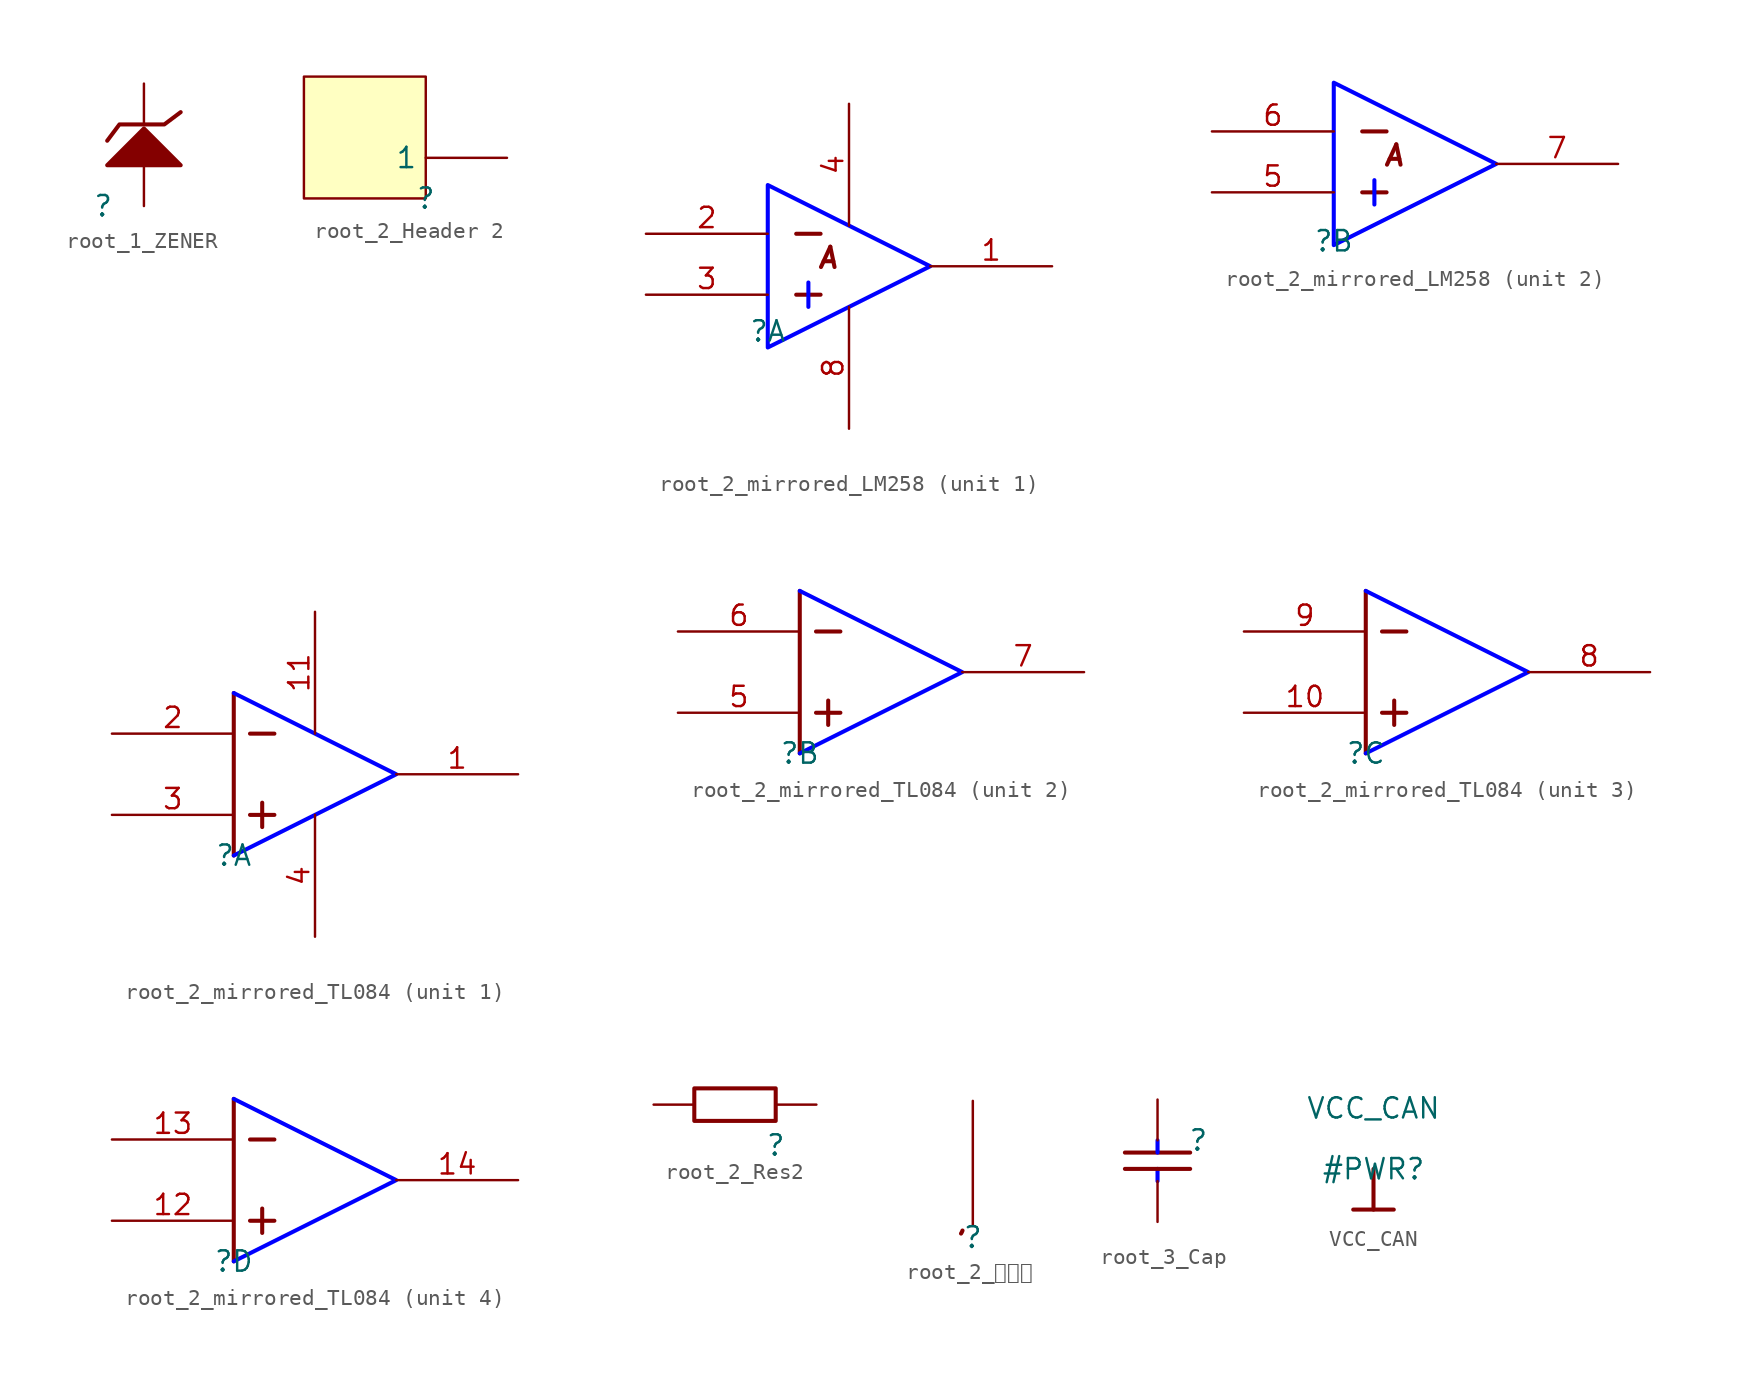
<source format=kicad_sym>
(kicad_symbol_lib
  (version 20220914)
  (generator kicad_symbol_editor)
  (symbol "root_1_ZENER"
    (property "Reference" ""
      (at 0 0 0)
      (effects (font (size 1.27 1.27))))
    (property "Value" ""
      (at 0 0 0)
      (effects (font (size 1.27 1.27))))
    (symbol "root_1_ZENER_1_0"
      (polyline (pts (xy 0.254 2.54) (xy 2.54 4.826) (xy 4.826 2.54) (xy 0.254 2.54)) (stroke (width 0.254) (type solid)) (fill (type outline)))
      (polyline (pts (xy 0.254 4.064) (xy 1.016 5.08) (xy 3.81 5.08) (xy 4.826 5.842) (xy 3.81 5.08) (xy 1.016 5.08) (xy 0.254 4.064)) (stroke (width 0.254) (type solid)) (fill (type outline)))
      (pin passive line (at 2.54 0 90) (length 2.54) (name "A" (effects (font (size 0 0)))) (number "1" (effects (font (size 0 0)))))
      (pin passive line (at 2.54 7.62 270) (length 2.54) (name "K" (effects (font (size 0 0)))) (number "2" (effects (font (size 0 0)))))))
  (symbol "root_2_Header 2"
    (property "Reference" ""
      (at 0 0 0)
      (effects (font (size 1.27 1.27))))
    (property "Value" ""
      (at 0 0 0)
      (effects (font (size 1.27 1.27))))
    (symbol "root_2_Header 2_1_0"
      (rectangle (start 0 7.62) (end -7.62 0) (stroke (width 0) (type solid)) (fill (type background)))
      (pin passive line (at 5.08 2.54 180) (length 5.08) (name "1" (effects (font (size 1.27 1.27)))) (number "1" (effects (font (size 0 0)))))))
  (symbol "root_2_mirrored_LM258"
    (property "Reference" ""
      (at 0 0 0)
      (effects (font (size 1.27 1.27))))
    (property "Value" ""
      (at 0 0 0)
      (effects (font (size 1.27 1.27))))
    (symbol "root_2_mirrored_LM258_1_0"
      (polyline (pts (xy 1.778 2.286) (xy 3.302 2.286)) (stroke (width 0.254) (type solid)) (fill (type none)))
      (polyline (pts (xy 1.778 6.096) (xy 3.302 6.096)) (stroke (width 0.254) (type solid)) (fill (type none)))
      (polyline (pts (xy 2.54 1.524) (xy 2.54 3.048)) (stroke (width 0.254) (type solid) (color 0 0 255 1)) (fill (type none)))
      (polyline (pts (xy 0 -1.016) (xy 0 9.144) (xy 10.16 4.064) (xy 0 -1.016)) (stroke (width 0.254) (type solid) (color 0 0 255 1)) (fill (type none)))
      (text "A" (at 3.048 5.334 0) (effects (font (size 1.27 1.27) bold italic) (justify left top)))
      (pin output line (at 17.78 4.064 180) (length 7.62) (name "" (effects (font (size 1.27 1.27)))) (number "1" (effects (font (size 1.27 1.27)))))
      (pin input line (at -7.62 6.096 0) (length 7.62) (name "" (effects (font (size 1.27 1.27)))) (number "2" (effects (font (size 1.27 1.27)))))
      (pin input line (at -7.62 2.286 0) (length 7.62) (name "" (effects (font (size 1.27 1.27)))) (number "3" (effects (font (size 1.27 1.27)))))
      (pin power_in line (at 5.08 14.224 270) (length 7.62) (name "" (effects (font (size 1.27 1.27)))) (number "4" (effects (font (size 1.27 1.27)))))
      (pin power_in line (at 5.08 -6.096 90) (length 7.62) (name "" (effects (font (size 1.27 1.27)))) (number "8" (effects (font (size 1.27 1.27))))))
    (symbol "root_2_mirrored_LM258_2_0"
      (polyline (pts (xy 1.778 3.048) (xy 3.302 3.048)) (stroke (width 0.254) (type solid)) (fill (type none)))
      (polyline (pts (xy 1.778 6.858) (xy 3.302 6.858)) (stroke (width 0.254) (type solid)) (fill (type none)))
      (polyline (pts (xy 2.54 2.286) (xy 2.54 3.81)) (stroke (width 0.254) (type solid) (color 0 0 255 1)) (fill (type none)))
      (polyline (pts (xy 0 -0.254) (xy 0 9.906) (xy 10.16 4.826) (xy 0 -0.254)) (stroke (width 0.254) (type solid) (color 0 0 255 1)) (fill (type none)))
      (text "A" (at 3.048 6.096 0) (effects (font (size 1.27 1.27) bold italic) (justify left top)))
      (pin input line (at -7.62 3.048 0) (length 7.62) (name "" (effects (font (size 1.27 1.27)))) (number "5" (effects (font (size 1.27 1.27)))))
      (pin input line (at -7.62 6.858 0) (length 7.62) (name "" (effects (font (size 1.27 1.27)))) (number "6" (effects (font (size 1.27 1.27)))))
      (pin output line (at 17.78 4.826 180) (length 7.62) (name "" (effects (font (size 1.27 1.27)))) (number "7" (effects (font (size 1.27 1.27)))))))
  (symbol "root_2_mirrored_TL084"
    (property "Reference" ""
      (at 0 0 0)
      (effects (font (size 1.27 1.27))))
    (property "Value" ""
      (at 0 0 0)
      (effects (font (size 1.27 1.27))))
    (symbol "root_2_mirrored_TL084_1_0"
      (polyline (pts (xy 0 0) (xy 0 10.16)) (stroke (width 0.254) (type solid)) (fill (type none)))
      (polyline (pts (xy 1.016 2.54) (xy 2.54 2.54)) (stroke (width 0.254) (type solid)) (fill (type none)))
      (polyline (pts (xy 1.016 7.62) (xy 2.54 7.62)) (stroke (width 0.254) (type solid)) (fill (type none)))
      (polyline (pts (xy 1.778 1.778) (xy 1.778 3.302)) (stroke (width 0.254) (type solid)) (fill (type none)))
      (polyline (pts (xy 0 0) (xy 10.16 5.08) (xy 0 10.16)) (stroke (width 0.254) (type solid) (color 0 0 255 1)) (fill (type none)))
      (pin passive line (at 17.78 5.08 180) (length 7.62) (name "" (effects (font (size 0 0)))) (number "1" (effects (font (size 1.27 1.27)))))
      (pin passive line (at 5.08 15.24 270) (length 7.62) (name "" (effects (font (size 1.27 1.27)))) (number "11" (effects (font (size 1.27 1.27)))))
      (pin passive line (at -7.62 7.62 0) (length 7.62) (name "" (effects (font (size 0 0)))) (number "2" (effects (font (size 1.27 1.27)))))
      (pin passive line (at -7.62 2.54 0) (length 7.62) (name "" (effects (font (size 0 0)))) (number "3" (effects (font (size 1.27 1.27)))))
      (pin passive line (at 5.08 -5.08 90) (length 7.62) (name "" (effects (font (size 1.27 1.27)))) (number "4" (effects (font (size 1.27 1.27))))))
    (symbol "root_2_mirrored_TL084_2_0"
      (polyline (pts (xy 0 0) (xy 0 10.16)) (stroke (width 0.254) (type solid)) (fill (type none)))
      (polyline (pts (xy 1.016 2.54) (xy 2.54 2.54)) (stroke (width 0.254) (type solid)) (fill (type none)))
      (polyline (pts (xy 1.016 7.62) (xy 2.54 7.62)) (stroke (width 0.254) (type solid)) (fill (type none)))
      (polyline (pts (xy 1.778 1.778) (xy 1.778 3.302)) (stroke (width 0.254) (type solid)) (fill (type none)))
      (polyline (pts (xy 0 0) (xy 10.16 5.08) (xy 0 10.16)) (stroke (width 0.254) (type solid) (color 0 0 255 1)) (fill (type none)))
      (pin passive line (at -7.62 2.54 0) (length 7.62) (name "" (effects (font (size 0 0)))) (number "5" (effects (font (size 1.27 1.27)))))
      (pin passive line (at -7.62 7.62 0) (length 7.62) (name "" (effects (font (size 0 0)))) (number "6" (effects (font (size 1.27 1.27)))))
      (pin passive line (at 17.78 5.08 180) (length 7.62) (name "" (effects (font (size 0 0)))) (number "7" (effects (font (size 1.27 1.27))))))
    (symbol "root_2_mirrored_TL084_3_0"
      (polyline (pts (xy 0 0) (xy 0 10.16)) (stroke (width 0.254) (type solid)) (fill (type none)))
      (polyline (pts (xy 1.016 2.54) (xy 2.54 2.54)) (stroke (width 0.254) (type solid)) (fill (type none)))
      (polyline (pts (xy 1.016 7.62) (xy 2.54 7.62)) (stroke (width 0.254) (type solid)) (fill (type none)))
      (polyline (pts (xy 1.778 1.778) (xy 1.778 3.302)) (stroke (width 0.254) (type solid)) (fill (type none)))
      (polyline (pts (xy 0 0) (xy 10.16 5.08) (xy 0 10.16)) (stroke (width 0.254) (type solid) (color 0 0 255 1)) (fill (type none)))
      (pin passive line (at -7.62 2.54 0) (length 7.62) (name "" (effects (font (size 0 0)))) (number "10" (effects (font (size 1.27 1.27)))))
      (pin passive line (at 17.78 5.08 180) (length 7.62) (name "" (effects (font (size 0 0)))) (number "8" (effects (font (size 1.27 1.27)))))
      (pin passive line (at -7.62 7.62 0) (length 7.62) (name "" (effects (font (size 0 0)))) (number "9" (effects (font (size 1.27 1.27))))))
    (symbol "root_2_mirrored_TL084_4_0"
      (polyline (pts (xy 0 0) (xy 0 10.16)) (stroke (width 0.254) (type solid)) (fill (type none)))
      (polyline (pts (xy 1.016 2.54) (xy 2.54 2.54)) (stroke (width 0.254) (type solid)) (fill (type none)))
      (polyline (pts (xy 1.016 7.62) (xy 2.54 7.62)) (stroke (width 0.254) (type solid)) (fill (type none)))
      (polyline (pts (xy 1.778 1.778) (xy 1.778 3.302)) (stroke (width 0.254) (type solid)) (fill (type none)))
      (polyline (pts (xy 0 0) (xy 10.16 5.08) (xy 0 10.16)) (stroke (width 0.254) (type solid) (color 0 0 255 1)) (fill (type none)))
      (pin passive line (at -7.62 2.54 0) (length 7.62) (name "" (effects (font (size 0 0)))) (number "12" (effects (font (size 1.27 1.27)))))
      (pin passive line (at -7.62 7.62 0) (length 7.62) (name "" (effects (font (size 0 0)))) (number "13" (effects (font (size 1.27 1.27)))))
      (pin passive line (at 17.78 5.08 180) (length 7.62) (name "" (effects (font (size 0 0)))) (number "14" (effects (font (size 1.27 1.27)))))))
  (symbol "root_2_Res2"
    (property "Reference" ""
      (at 0 0 0)
      (effects (font (size 1.27 1.27))))
    (property "Value" ""
      (at 0 0 0)
      (effects (font (size 1.27 1.27))))
    (symbol "root_2_Res2_1_0"
      (rectangle (start 0 3.556) (end -5.08 1.524) (stroke (width 0.254) (type solid)) (fill (type none)))
      (pin passive line (at 2.54 2.54 180) (length 2.54) (name "1" (effects (font (size 0 0)))) (number "1" (effects (font (size 0 0)))))
      (pin passive line (at -7.62 2.54 0) (length 2.54) (name "2" (effects (font (size 0 0)))) (number "2" (effects (font (size 0 0)))))))
  (symbol "root_2_测试点"
    (property "Reference" ""
      (at 0 0 0)
      (effects (font (size 1.27 1.27))))
    (property "Value" ""
      (at 0 0 0)
      (effects (font (size 1.27 1.27))))
    (symbol "root_2_测试点_1_0"
      (arc (start -0.7229 0.241) (mid 0.6845 -0.3348) (end -0.634 0.4227) (stroke (width 0.254) (type solid)) (fill (type none)))
      (pin passive line (at 0 8.382 270) (length 7.62) (name "" (effects (font (size 1.27 1.27)))) (number "1" (effects (font (size 0 0)))))))
  (symbol "root_3_Cap"
    (property "Reference" ""
      (at 0 0 0)
      (effects (font (size 1.27 1.27))))
    (property "Value" ""
      (at 0 0 0)
      (effects (font (size 1.27 1.27))))
    (symbol "root_3_Cap_1_0"
      (polyline (pts (xy -4.572 -0.762) (xy -0.508 -0.762)) (stroke (width 0.254) (type solid)) (fill (type none)))
      (polyline (pts (xy -2.54 -2.54) (xy -2.54 -1.778)) (stroke (width 0.254) (type solid) (color 0 0 255 1)) (fill (type none)))
      (polyline (pts (xy -2.54 0) (xy -2.54 -0.762)) (stroke (width 0.254) (type solid) (color 0 0 255 1)) (fill (type none)))
      (polyline (pts (xy -0.508 -1.778) (xy -4.572 -1.778)) (stroke (width 0.254) (type solid)) (fill (type none)))
      (pin passive line (at -2.54 2.54 270) (length 2.54) (name "1" (effects (font (size 0 0)))) (number "1" (effects (font (size 0 0)))))
      (pin passive line (at -2.54 -5.08 90) (length 2.54) (name "2" (effects (font (size 0 0)))) (number "2" (effects (font (size 0 0)))))))
  (symbol "VCC_CAN"
    (power)
    (property "Reference" "#PWR"
      (at 0 0 0)
      (effects (font (size 1.27 1.27))))
    (property "Value" "VCC_CAN"
      (at 0 3.81 0)
      (effects (font (size 1.27 1.27))))
    (symbol "VCC_CAN_0_0"
      (polyline (pts (xy -1.27 -2.54) (xy 1.27 -2.54)) (stroke (width 0.254) (type solid)) (fill (type none)))
      (polyline (pts (xy 0 0) (xy 0 -2.54)) (stroke (width 0.254) (type solid)) (fill (type none)))
      (pin power_in line (at 0 0 0) (length 0) hide (name "VCC_CAN" (effects (font (size 1.27 1.27)))) (number "" (effects (font (size 1.27 1.27))))))))
</source>
